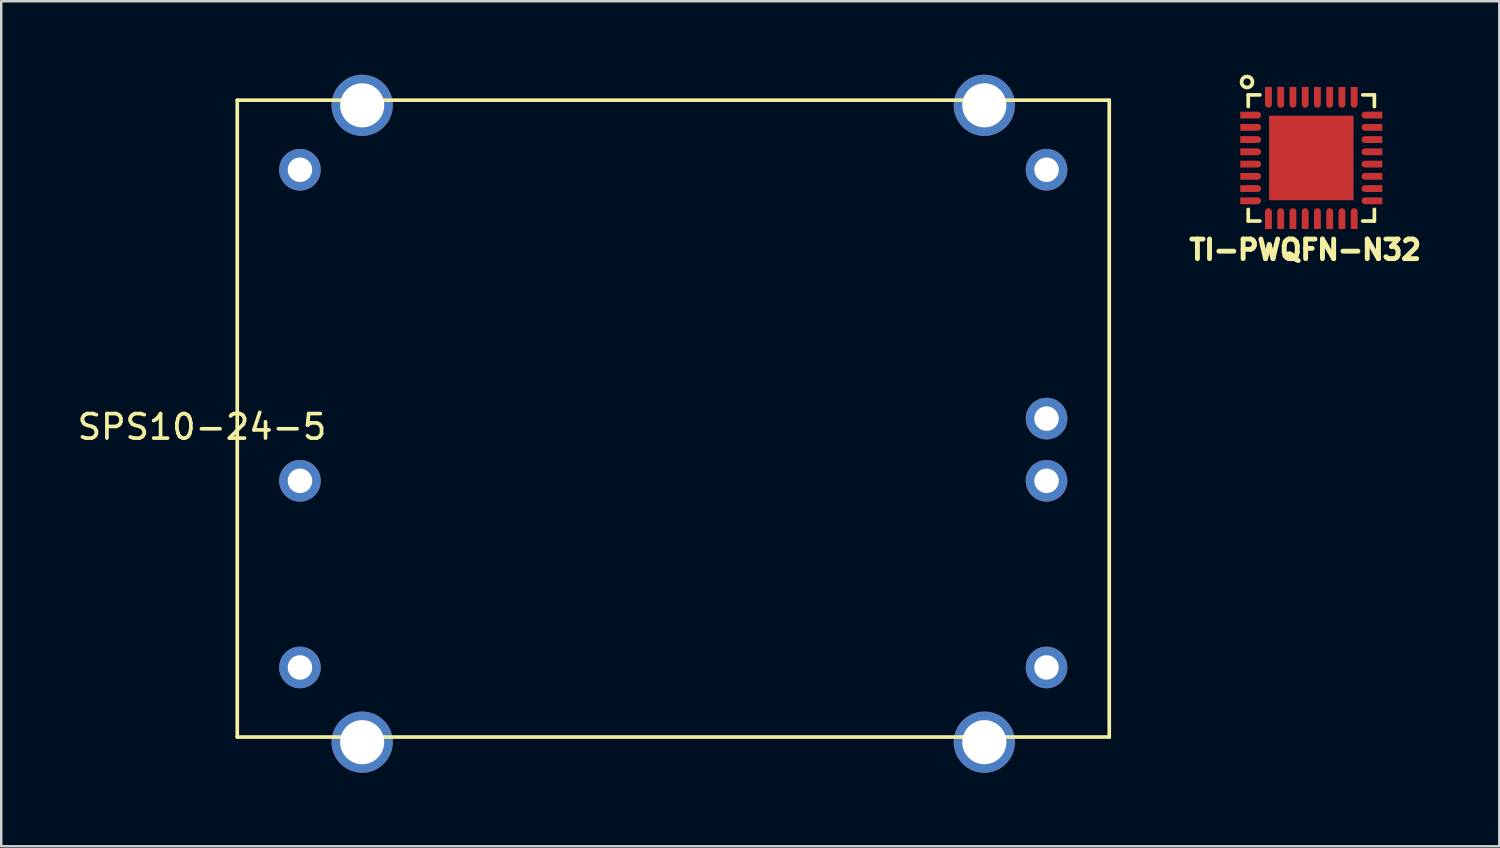
<source format=kicad_pcb>
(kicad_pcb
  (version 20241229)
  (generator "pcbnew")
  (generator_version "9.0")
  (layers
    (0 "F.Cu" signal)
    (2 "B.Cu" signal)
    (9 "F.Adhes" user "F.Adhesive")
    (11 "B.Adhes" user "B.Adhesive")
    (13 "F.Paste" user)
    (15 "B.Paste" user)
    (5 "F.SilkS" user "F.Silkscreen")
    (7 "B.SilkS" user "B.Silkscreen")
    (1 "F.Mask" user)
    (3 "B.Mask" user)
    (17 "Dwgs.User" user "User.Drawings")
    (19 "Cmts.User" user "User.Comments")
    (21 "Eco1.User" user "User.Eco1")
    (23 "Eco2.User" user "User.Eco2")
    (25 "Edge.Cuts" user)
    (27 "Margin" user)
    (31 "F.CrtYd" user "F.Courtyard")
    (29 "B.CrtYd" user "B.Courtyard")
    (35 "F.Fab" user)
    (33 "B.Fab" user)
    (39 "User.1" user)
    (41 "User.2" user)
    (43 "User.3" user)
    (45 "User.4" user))
  (footprint "TI-PWQFN-N32"
    (layer "F.Cu")
    (at 50.486 3.399)
    (property "Reference" "TI-PWQFN-N32" (at -0.25 3.75 0) (layer "F.SilkS") (effects (font (size 0.8 0.8) (thickness 0.2))))
    (attr through_hole)
    (fp_line (start -2.575 -2.575) (end -2.575 -2.1) (stroke (width 0.15) (type solid)) (layer "F.SilkS"))
    (fp_line (start -2.575 -2.575) (end -2.1 -2.575) (stroke (width 0.15) (type solid)) (layer "F.SilkS"))
    (fp_line (start -2.575 2.575) (end -2.575 2.1) (stroke (width 0.15) (type solid)) (layer "F.SilkS"))
    (fp_line (start -2.575 2.575) (end -2.1 2.575) (stroke (width 0.15) (type solid)) (layer "F.SilkS"))
    (fp_line (start 2.575 -2.575) (end 2.1 -2.575) (stroke (width 0.15) (type solid)) (layer "F.SilkS"))
    (fp_line (start 2.575 -2.575) (end 2.575 -2.1) (stroke (width 0.15) (type solid)) (layer "F.SilkS"))
    (fp_line (start 2.575 2.575) (end 2.1 2.575) (stroke (width 0.15) (type solid)) (layer "F.SilkS"))
    (fp_line (start 2.575 2.575) (end 2.575 2.1) (stroke (width 0.15) (type solid)) (layer "F.SilkS"))
    (fp_circle (center -2.624 -3.1) (end -2.524 -3.3) (stroke (width 0.15) (type solid)) (fill no) (layer "F.SilkS"))
    (pad "1" smd custom (at -2.545 -1.75) (size 0.71 0.28) (layers "F.Cu" "F.Mask" "F.Paste") (options (anchor rect)) (primitives (gr_circle (center 0.355 0) (end 0.495 0) (width 0) (fill yes))))
    (pad "2" smd custom (at -2.545 -1.25) (size 0.71 0.28) (layers "F.Cu" "F.Mask" "F.Paste") (options (anchor rect)) (primitives (gr_circle (center 0.355 0) (end 0.495 0) (width 0) (fill yes))))
    (pad "3" smd custom (at -2.545 -0.75) (size 0.71 0.28) (layers "F.Cu" "F.Mask" "F.Paste") (options (anchor rect)) (primitives (gr_circle (center 0.355 0) (end 0.495 0) (width 0) (fill yes))))
    (pad "4" smd custom (at -2.545 -0.25) (size 0.71 0.28) (layers "F.Cu" "F.Mask" "F.Paste") (options (anchor rect)) (primitives (gr_circle (center 0.355 0) (end 0.495 0) (width 0) (fill yes))))
    (pad "5" smd custom (at -2.545 0.25) (size 0.71 0.28) (layers "F.Cu" "F.Mask" "F.Paste") (options (anchor rect)) (primitives (gr_circle (center 0.355 0) (end 0.495 0) (width 0) (fill yes))))
    (pad "6" smd custom (at -2.545 0.75) (size 0.71 0.28) (layers "F.Cu" "F.Mask" "F.Paste") (options (anchor rect)) (primitives (gr_circle (center 0.355 0) (end 0.495 0) (width 0) (fill yes))))
    (pad "7" smd custom (at -2.545 1.25) (size 0.71 0.28) (layers "F.Cu" "F.Mask" "F.Paste") (options (anchor rect)) (primitives (gr_circle (center 0.355 0) (end 0.495 0) (width 0) (fill yes))))
    (pad "8" smd custom (at -2.545 1.75) (size 0.71 0.28) (layers "F.Cu" "F.Mask" "F.Paste") (options (anchor rect)) (primitives (gr_circle (center 0.355 0) (end 0.495 0) (width 0) (fill yes))))
    (pad "9" smd custom (at -1.75 2.545 90) (size 0.71 0.28) (layers "F.Cu" "F.Mask" "F.Paste") (options (anchor rect)) (primitives (gr_circle (center 0.355 0) (end 0.495 0) (width 0) (fill yes))))
    (pad "10" smd custom (at -1.25 2.545 90) (size 0.71 0.28) (layers "F.Cu" "F.Mask" "F.Paste") (options (anchor rect)) (primitives (gr_circle (center 0.355 0) (end 0.495 0) (width 0) (fill yes))))
    (pad "11" smd custom (at -0.75 2.545 90) (size 0.71 0.28) (layers "F.Cu" "F.Mask" "F.Paste") (options (anchor rect)) (primitives (gr_circle (center 0.355 0) (end 0.495 0) (width 0) (fill yes))))
    (pad "12" smd custom (at -0.25 2.545 90) (size 0.71 0.28) (layers "F.Cu" "F.Mask" "F.Paste") (options (anchor rect)) (primitives (gr_circle (center 0.355 0) (end 0.495 0) (width 0) (fill yes))))
    (pad "13" smd custom (at 0.25 2.545 90) (size 0.71 0.28) (layers "F.Cu" "F.Mask" "F.Paste") (options (anchor rect)) (primitives (gr_circle (center 0.355 0) (end 0.495 0) (width 0) (fill yes))))
    (pad "14" smd custom (at 0.75 2.545 90) (size 0.71 0.28) (layers "F.Cu" "F.Mask" "F.Paste") (options (anchor rect)) (primitives (gr_circle (center 0.355 0) (end 0.495 0) (width 0) (fill yes))))
    (pad "15" smd custom (at 1.25 2.545 90) (size 0.71 0.28) (layers "F.Cu" "F.Mask" "F.Paste") (options (anchor rect)) (primitives (gr_circle (center 0.355 0) (end 0.495 0) (width 0) (fill yes))))
    (pad "16" smd custom (at 1.75 2.545 90) (size 0.71 0.28) (layers "F.Cu" "F.Mask" "F.Paste") (options (anchor rect)) (primitives (gr_circle (center 0.355 0) (end 0.495 0) (width 0) (fill yes))))
    (pad "17" smd custom (at 2.545 1.75 180) (size 0.71 0.28) (layers "F.Cu" "F.Mask" "F.Paste") (options (anchor rect)) (primitives (gr_circle (center 0.355 0) (end 0.495 0) (width 0) (fill yes))))
    (pad "18" smd custom (at 2.545 1.25 180) (size 0.71 0.28) (layers "F.Cu" "F.Mask" "F.Paste") (options (anchor rect)) (primitives (gr_circle (center 0.355 0) (end 0.495 0) (width 0) (fill yes))))
    (pad "19" smd custom (at 2.545 0.75 180) (size 0.71 0.28) (layers "F.Cu" "F.Mask" "F.Paste") (options (anchor rect)) (primitives (gr_circle (center 0.355 0) (end 0.495 0) (width 0) (fill yes))))
    (pad "20" smd custom (at 2.545 0.25 180) (size 0.71 0.28) (layers "F.Cu" "F.Mask" "F.Paste") (options (anchor rect)) (primitives (gr_circle (center 0.355 0) (end 0.495 0) (width 0) (fill yes))))
    (pad "21" smd custom (at 2.545 -0.25 180) (size 0.71 0.28) (layers "F.Cu" "F.Mask" "F.Paste") (options (anchor rect)) (primitives (gr_circle (center 0.355 0) (end 0.495 0) (width 0) (fill yes))))
    (pad "22" smd custom (at 2.545 -0.75 180) (size 0.71 0.28) (layers "F.Cu" "F.Mask" "F.Paste") (options (anchor rect)) (primitives (gr_circle (center 0.355 0) (end 0.495 0) (width 0) (fill yes))))
    (pad "23" smd custom (at 2.545 -1.25 180) (size 0.71 0.28) (layers "F.Cu" "F.Mask" "F.Paste") (options (anchor rect)) (primitives (gr_circle (center 0.355 0) (end 0.495 0) (width 0) (fill yes))))
    (pad "24" smd custom (at 2.545 -1.75 180) (size 0.71 0.28) (layers "F.Cu" "F.Mask" "F.Paste") (options (anchor rect)) (primitives (gr_circle (center 0.355 0) (end 0.495 0) (width 0) (fill yes))))
    (pad "25" smd custom (at 1.75 -2.545 270) (size 0.71 0.28) (layers "F.Cu" "F.Mask" "F.Paste") (options (anchor rect)) (primitives (gr_circle (center 0.355 0) (end 0.495 0) (width 0) (fill yes))))
    (pad "26" smd custom (at 1.25 -2.545 270) (size 0.71 0.28) (layers "F.Cu" "F.Mask" "F.Paste") (options (anchor rect)) (primitives (gr_circle (center 0.355 0) (end 0.495 0) (width 0) (fill yes))))
    (pad "27" smd custom (at 0.75 -2.545 270) (size 0.71 0.28) (layers "F.Cu" "F.Mask" "F.Paste") (options (anchor rect)) (primitives (gr_circle (center 0.355 0) (end 0.495 0) (width 0) (fill yes))))
    (pad "28" smd custom (at 0.25 -2.545 270) (size 0.71 0.28) (layers "F.Cu" "F.Mask" "F.Paste") (options (anchor rect)) (primitives (gr_circle (center 0.355 0) (end 0.495 0) (width 0) (fill yes))))
    (pad "29" smd custom (at -0.25 -2.545 270) (size 0.71 0.28) (layers "F.Cu" "F.Mask" "F.Paste") (options (anchor rect)) (primitives (gr_circle (center 0.355 0) (end 0.495 0) (width 0) (fill yes))))
    (pad "30" smd custom (at -0.75 -2.545 270) (size 0.71 0.28) (layers "F.Cu" "F.Mask" "F.Paste") (options (anchor rect)) (primitives (gr_circle (center 0.355 0) (end 0.495 0) (width 0) (fill yes))))
    (pad "31" smd custom (at -1.25 -2.545 270) (size 0.71 0.28) (layers "F.Cu" "F.Mask" "F.Paste") (options (anchor rect)) (primitives (gr_circle (center 0.355 0) (end 0.495 0) (width 0) (fill yes))))
    (pad "32" smd custom (at -1.75 -2.545 270) (size 0.71 0.28) (layers "F.Cu" "F.Mask" "F.Paste") (options (anchor rect)) (primitives (gr_circle (center 0.355 0) (end 0.495 0) (width 0) (fill yes))))
    (pad "33" smd rect (at 0 0) (size 3.45 3.45) (layers "F.Cu" "F.Mask" "F.Paste")))
  (footprint "SPS10-24-5"
    (layer "F.Cu")
    (at 24.436 14.04)
    (property "Reference" "SPS10-24-5" (at -19.24 0.34 0) (layer "F.SilkS") (effects (font (size 1 1) (thickness 0.15))))
    (attr through_hole)
    (fp_line (start -17.8 -13) (end 17.8 -13) (stroke (width 0.15) (type solid)) (layer "F.SilkS"))
    (fp_line (start -17.8 13) (end -17.8 -13) (stroke (width 0.15) (type solid)) (layer "F.SilkS"))
    (fp_line (start 17.8 -13) (end 17.8 13) (stroke (width 0.15) (type solid)) (layer "F.SilkS"))
    (fp_line (start 17.8 13) (end -17.8 13) (stroke (width 0.15) (type solid)) (layer "F.SilkS"))
    (pad "1" thru_hole circle (at -15.24 -10.16) (size 1.7 1.7) (drill 1) (layers "*.Cu" "*.Mask"))
    (pad "2" thru_hole circle (at -15.24 2.54) (size 1.7 1.7) (drill 1) (layers "*.Cu" "*.Mask"))
    (pad "3" thru_hole circle (at -15.24 10.16) (size 1.7 1.7) (drill 1) (layers "*.Cu" "*.Mask"))
    (pad "4" thru_hole circle (at 15.24 10.16) (size 1.7 1.7) (drill 1) (layers "*.Cu" "*.Mask"))
    (pad "5" thru_hole circle (at 15.24 2.54) (size 1.7 1.7) (drill 1) (layers "*.Cu" "*.Mask"))
    (pad "6" thru_hole circle (at 15.24 0) (size 1.7 1.7) (drill 1) (layers "*.Cu" "*.Mask"))
    (pad "7" thru_hole circle (at 15.24 -10.16) (size 1.7 1.7) (drill 1) (layers "*.Cu" "*.Mask"))
    (pad "SH" thru_hole circle (at -12.7 -12.79) (size 2.5 2.5) (drill 1.8) (layers "*.Cu" "*.Mask"))
    (pad "SH" thru_hole circle (at -12.7 13.21) (size 2.5 2.5) (drill 1.8) (layers "*.Cu" "*.Mask"))
    (pad "SH" thru_hole circle (at 12.7 -12.79) (size 2.5 2.5) (drill 1.8) (layers "*.Cu" "*.Mask"))
    (pad "SH" thru_hole circle (at 12.7 13.21) (size 2.5 2.5) (drill 1.8) (layers "*.Cu" "*.Mask")))
  (gr_rect
    (start -3 -3)
    (end 58.161 31.5)
    (stroke (width 0.1) (type default))
    (fill no)
    (layer "Edge.Cuts")))
</source>
